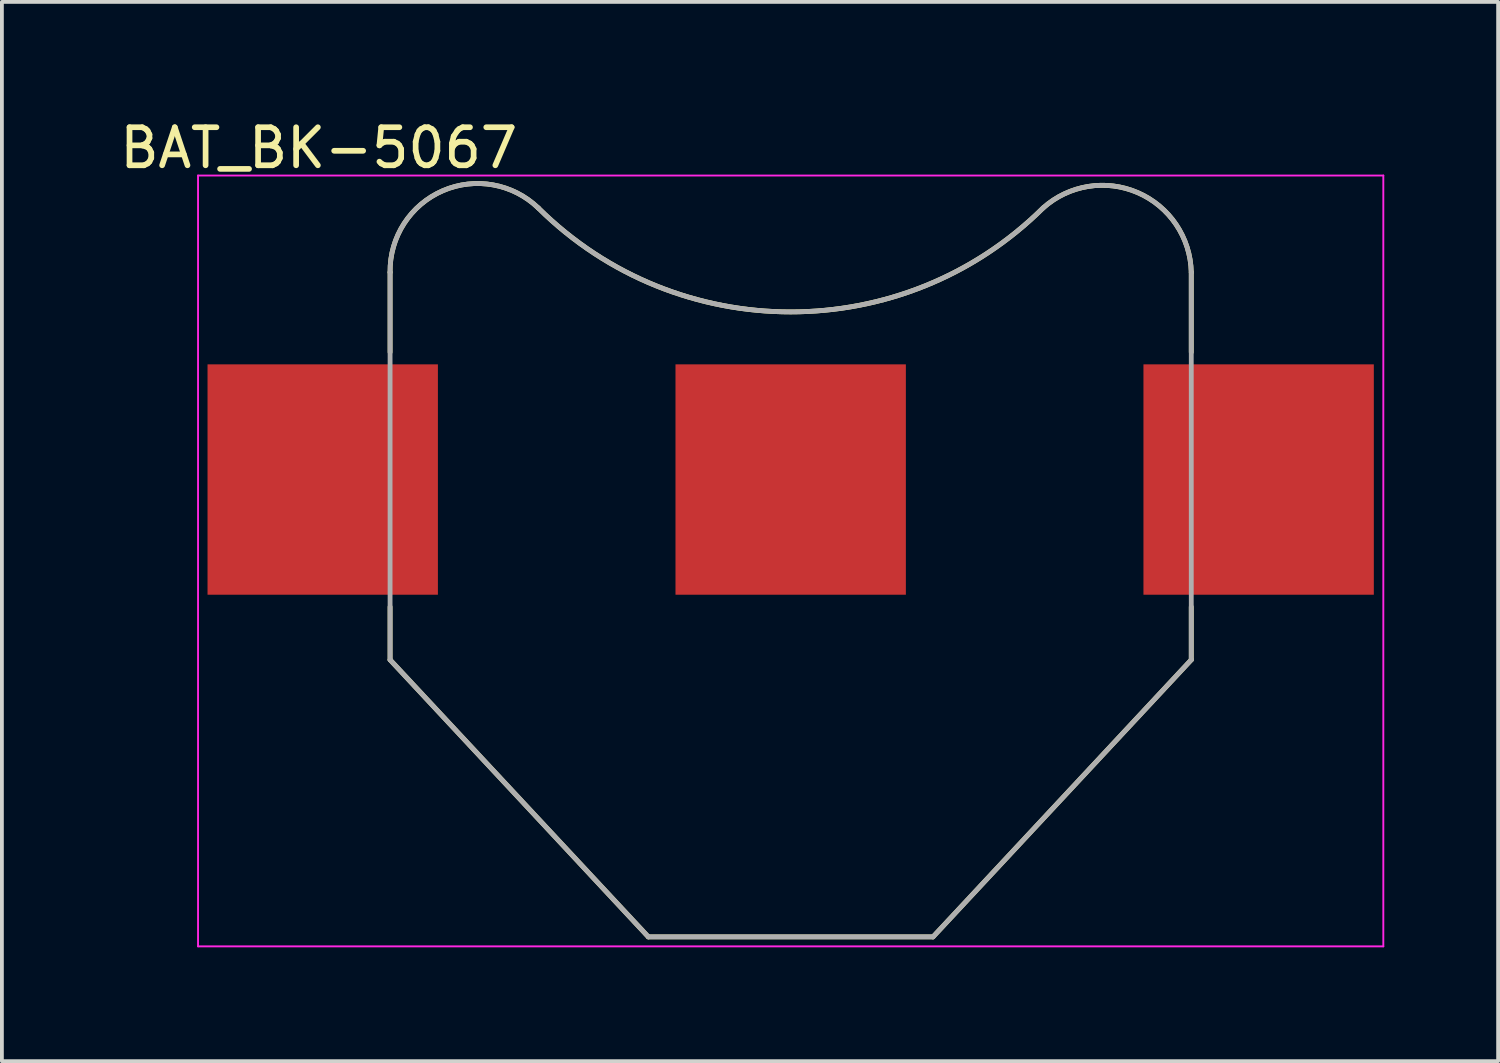
<source format=kicad_pcb>
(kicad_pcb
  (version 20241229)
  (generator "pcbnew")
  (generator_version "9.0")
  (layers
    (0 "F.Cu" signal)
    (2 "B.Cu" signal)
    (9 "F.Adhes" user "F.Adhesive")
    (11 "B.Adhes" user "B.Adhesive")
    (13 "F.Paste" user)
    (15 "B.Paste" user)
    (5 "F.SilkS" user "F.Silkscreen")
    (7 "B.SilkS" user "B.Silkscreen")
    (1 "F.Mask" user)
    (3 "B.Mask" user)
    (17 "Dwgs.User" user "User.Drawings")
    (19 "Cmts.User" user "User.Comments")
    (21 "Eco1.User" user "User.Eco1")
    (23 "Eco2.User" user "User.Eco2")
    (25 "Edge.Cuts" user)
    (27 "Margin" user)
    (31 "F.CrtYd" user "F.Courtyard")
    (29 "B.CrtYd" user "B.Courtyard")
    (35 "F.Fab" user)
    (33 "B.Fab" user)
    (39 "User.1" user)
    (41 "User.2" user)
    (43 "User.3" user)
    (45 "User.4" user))
  (footprint "BAT_BK-5067"
    (layer "F.Cu")
    (at 17.783 9.585)
    (property "Reference" "BAT_BK-5067" (at -12.434 -8.736 0) (layer "F.SilkS") (effects (font (size 1.002 1.002) (thickness 0.15))))
    (attr smd)
    (fp_line (start -10.555 -3.355) (end -10.555 -5.46) (stroke (width 0.127) (type solid)) (layer "F.SilkS"))
    (fp_line (start -10.555 4.75) (end -10.555 3.355) (stroke (width 0.127) (type solid)) (layer "F.SilkS"))
    (fp_line (start -3.75 12.05) (end -10.555 4.75) (stroke (width 0.127) (type solid)) (layer "F.SilkS"))
    (fp_line (start 3.75 12.05) (end -3.75 12.05) (stroke (width 0.127) (type solid)) (layer "F.SilkS"))
    (fp_line (start 10.555 -3.355) (end 10.555 -5.46) (stroke (width 0.127) (type solid)) (layer "F.SilkS"))
    (fp_line (start 10.555 4.75) (end 3.75 12.05) (stroke (width 0.127) (type solid)) (layer "F.SilkS"))
    (fp_line (start 10.555 4.75) (end 10.555 3.355) (stroke (width 0.127) (type solid)) (layer "F.SilkS"))
    (fp_arc (start -10.555001 -5.46) (mid -9.167499 -7.609164) (end -6.65 -7.155) (stroke (width 0.127) (type solid)) (layer "F.SilkS"))
    (fp_arc (start 6.649999 -7.154999) (mid 9.145713 -7.558974) (end 10.555 -5.46) (stroke (width 0.127) (type solid)) (layer "F.SilkS"))
    (fp_arc (start 6.65 -7.155) (mid 0 -4.416766) (end -6.65 -7.155) (stroke (width 0.127) (type solid)) (layer "F.SilkS"))
    (fp_line (start -15.615 -8.01) (end 15.615 -8.01) (stroke (width 0.05) (type solid)) (layer "F.CrtYd"))
    (fp_line (start -15.615 12.3) (end -15.615 -8.01) (stroke (width 0.05) (type solid)) (layer "F.CrtYd"))
    (fp_line (start 15.615 -8.01) (end 15.615 12.3) (stroke (width 0.05) (type solid)) (layer "F.CrtYd"))
    (fp_line (start 15.615 12.3) (end -15.615 12.3) (stroke (width 0.05) (type solid)) (layer "F.CrtYd"))
    (fp_line (start -10.555 4.75) (end -10.555 -5.46) (stroke (width 0.127) (type solid)) (layer "F.Fab"))
    (fp_line (start -3.75 12.05) (end -10.555 4.75) (stroke (width 0.127) (type solid)) (layer "F.Fab"))
    (fp_line (start 3.75 12.05) (end -3.75 12.05) (stroke (width 0.127) (type solid)) (layer "F.Fab"))
    (fp_line (start 10.555 -5.46) (end 10.555 4.75) (stroke (width 0.127) (type solid)) (layer "F.Fab"))
    (fp_line (start 10.555 4.75) (end 3.75 12.05) (stroke (width 0.127) (type solid)) (layer "F.Fab"))
    (fp_arc (start -10.555001 -5.46) (mid -9.167499 -7.609164) (end -6.65 -7.155) (stroke (width 0.127) (type solid)) (layer "F.Fab"))
    (fp_arc (start 6.649999 -7.154999) (mid 9.145713 -7.558974) (end 10.555 -5.46) (stroke (width 0.127) (type solid)) (layer "F.Fab"))
    (fp_arc (start 6.65 -7.155) (mid 0 -4.416766) (end -6.65 -7.155) (stroke (width 0.127) (type solid)) (layer "F.Fab"))
    (pad "-" smd rect (at 0 0) (size 6.07 6.07) (layers "F.Cu" "F.Mask"))
    (pad "S+1" smd rect (at -12.33 0) (size 6.07 6.07) (layers "F.Cu" "F.Mask" "F.Paste"))
    (pad "S+2" smd rect (at 12.33 0) (size 6.07 6.07) (layers "F.Cu" "F.Mask" "F.Paste")))
  (gr_rect
    (start -3 -3)
    (end 36.423 24.91)
    (stroke (width 0.1) (type default))
    (fill no)
    (layer "Edge.Cuts")))
</source>
